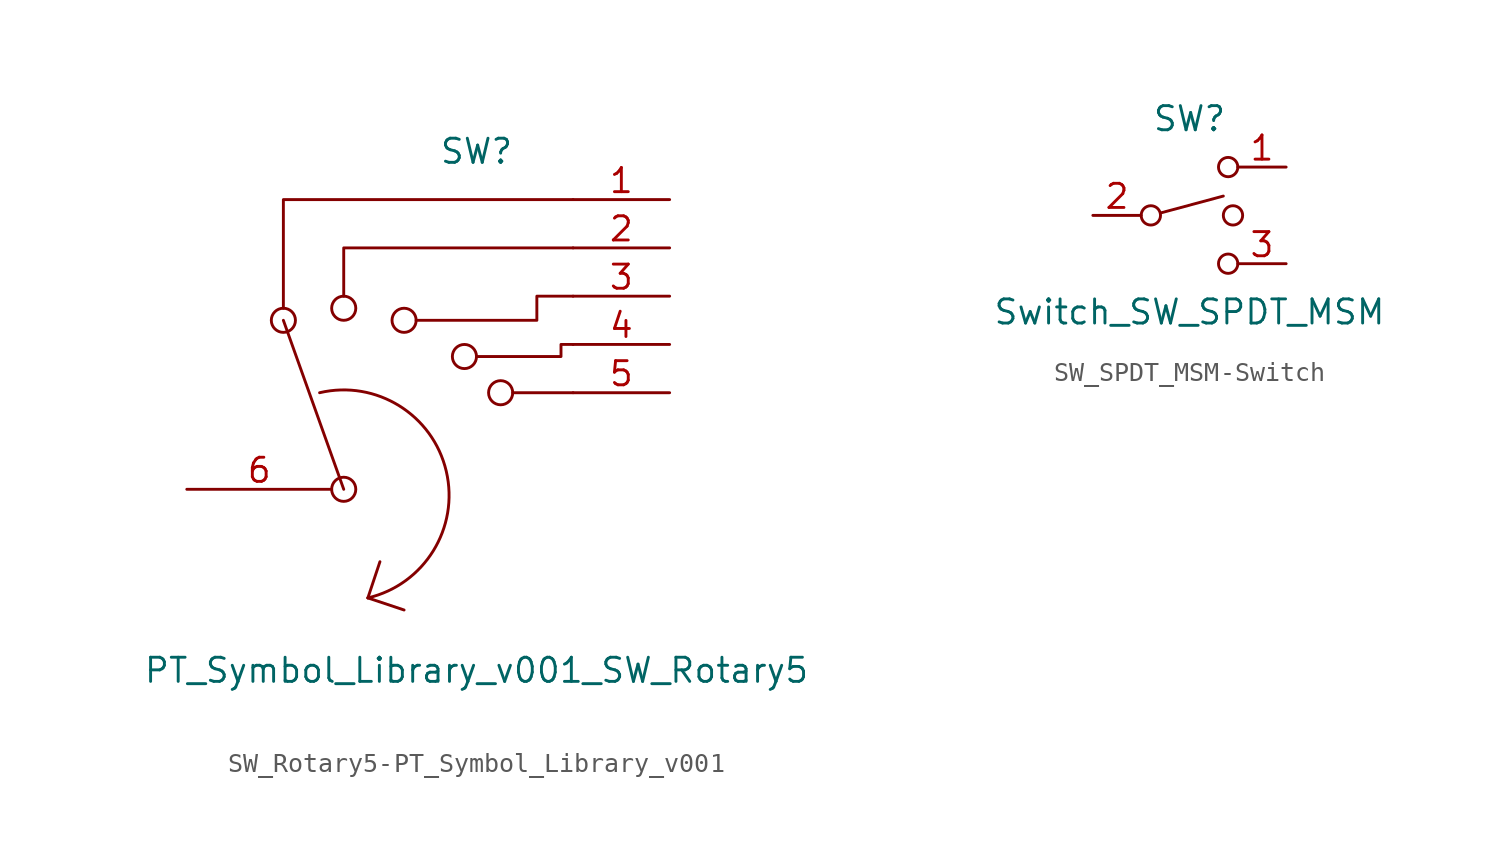
<source format=kicad_sym>
(kicad_symbol_lib
  (version 20231120)
  (generator "kicad_symbol_editor")
  (generator_version "8.0")
  (symbol "SW_Rotary5-PT_Symbol_Library_v001"
    (pin_names
      (offset 1.016) hide)
    (property "Reference" "SW"
      (at 0 17.78 0)
      (effects (font (size 1.27 1.27))))
    (property "Value" "PT_Symbol_Library_v001_SW_Rotary5"
      (at 0 -9.525 0)
      (effects (font (size 1.27 1.27))))
    (symbol "SW_Rotary5-PT_Symbol_Library_v001_0_0"
      (circle (center -10.16 8.89) (radius 0.635) (stroke (width 0) (type solid)) (fill (type none)))
      (circle (center -6.985 0) (radius 0.635) (stroke (width 0) (type solid)) (fill (type none)))
      (circle (center -6.985 9.525) (radius 0.635) (stroke (width 0) (type solid)) (fill (type none)))
      (arc (start -5.715 -5.715) (mid -1.5995 0.937) (end -8.255 5.08) (stroke (width 0) (type solid)) (fill (type none)))
      (circle (center -3.81 8.89) (radius 0.635) (stroke (width 0) (type solid)) (fill (type none)))
      (circle (center -0.635 6.985) (radius 0.635) (stroke (width 0) (type solid)) (fill (type none)))
      (polyline (pts (xy -6.985 0) (xy -10.16 8.89)) (stroke (width 0) (type solid)) (fill (type none)))
      (polyline (pts (xy -5.715 -5.715) (xy -5.08 -3.81)) (stroke (width 0) (type solid)) (fill (type none)))
      (polyline (pts (xy -5.715 -5.715) (xy -3.81 -6.35)) (stroke (width 0) (type solid)) (fill (type none)))
      (polyline (pts (xy 1.905 5.08) (xy 5.08 5.08)) (stroke (width 0) (type solid)) (fill (type none)))
      (polyline (pts (xy -10.16 9.525) (xy -10.16 15.24) (xy 5.08 15.24)) (stroke (width 0) (type solid)) (fill (type none)))
      (polyline (pts (xy -6.985 10.16) (xy -6.985 12.7) (xy 5.08 12.7)) (stroke (width 0) (type solid)) (fill (type none)))
      (polyline (pts (xy -3.175 8.89) (xy 3.175 8.89) (xy 3.175 10.16) (xy 5.08 10.16)) (stroke (width 0) (type solid)) (fill (type none)))
      (polyline (pts (xy 0 6.985) (xy 4.445 6.985) (xy 4.445 7.62) (xy 5.08 7.62)) (stroke (width 0) (type solid)) (fill (type none)))
      (circle (center 1.27 5.08) (radius 0.635) (stroke (width 0) (type solid)) (fill (type none))))
    (symbol "SW_Rotary5-PT_Symbol_Library_v001_0_1"
      (pin passive line (at 10.16 15.24 180) (length 5.08) (name "1" (effects (font (size 1.27 1.27)))) (number "1" (effects (font (size 1.27 1.27)))))
      (pin passive line (at 10.16 12.7 180) (length 5.08) (name "2" (effects (font (size 1.27 1.27)))) (number "2" (effects (font (size 1.27 1.27)))))
      (pin passive line (at 10.16 10.16 180) (length 5.08) (name "3" (effects (font (size 1.27 1.27)))) (number "3" (effects (font (size 1.27 1.27)))))
      (pin passive line (at 10.16 7.62 180) (length 5.08) (name "4" (effects (font (size 1.27 1.27)))) (number "4" (effects (font (size 1.27 1.27)))))
      (pin passive line (at 10.16 5.08 180) (length 5.08) (name "5" (effects (font (size 1.27 1.27)))) (number "5" (effects (font (size 1.27 1.27)))))
      (pin passive line (at -15.24 0 0) (length 7.62) (name "6" (effects (font (size 1.27 1.27)))) (number "6" (effects (font (size 1.27 1.27)))))))
  (symbol "SW_SPDT_MSM-Switch"
    (pin_names
      (offset 0) hide)
    (property "Reference" "SW"
      (at 0 5.08 0)
      (effects (font (size 1.27 1.27))))
    (property "Value" "Switch_SW_SPDT_MSM"
      (at 0 -5.08 0)
      (effects (font (size 1.27 1.27))))
    (symbol "SW_SPDT_MSM-Switch_0_0"
      (circle (center -2.032 0) (radius 0.508) (stroke (width 0) (type solid)) (fill (type none)))
      (polyline (pts (xy -1.524 0.127) (xy 1.778 1.016)) (stroke (width 0) (type solid)) (fill (type none)))
      (circle (center 2.032 -2.54) (radius 0.508) (stroke (width 0) (type solid)) (fill (type none))))
    (symbol "SW_SPDT_MSM-Switch_0_1"
      (circle (center 2.032 2.54) (radius 0.508) (stroke (width 0) (type solid)) (fill (type none)))
      (circle (center 2.286 0) (radius 0.508) (stroke (width 0) (type solid)) (fill (type none))))
    (symbol "SW_SPDT_MSM-Switch_1_1"
      (pin passive line (at 5.08 2.54 180) (length 2.54) (name "1" (effects (font (size 1.27 1.27)))) (number "1" (effects (font (size 1.27 1.27)))))
      (pin passive line (at -5.08 0 0) (length 2.54) (name "2" (effects (font (size 1.27 1.27)))) (number "2" (effects (font (size 1.27 1.27)))))
      (pin passive line (at 5.08 -2.54 180) (length 2.54) (name "3" (effects (font (size 1.27 1.27)))) (number "3" (effects (font (size 1.27 1.27))))))))
</source>
